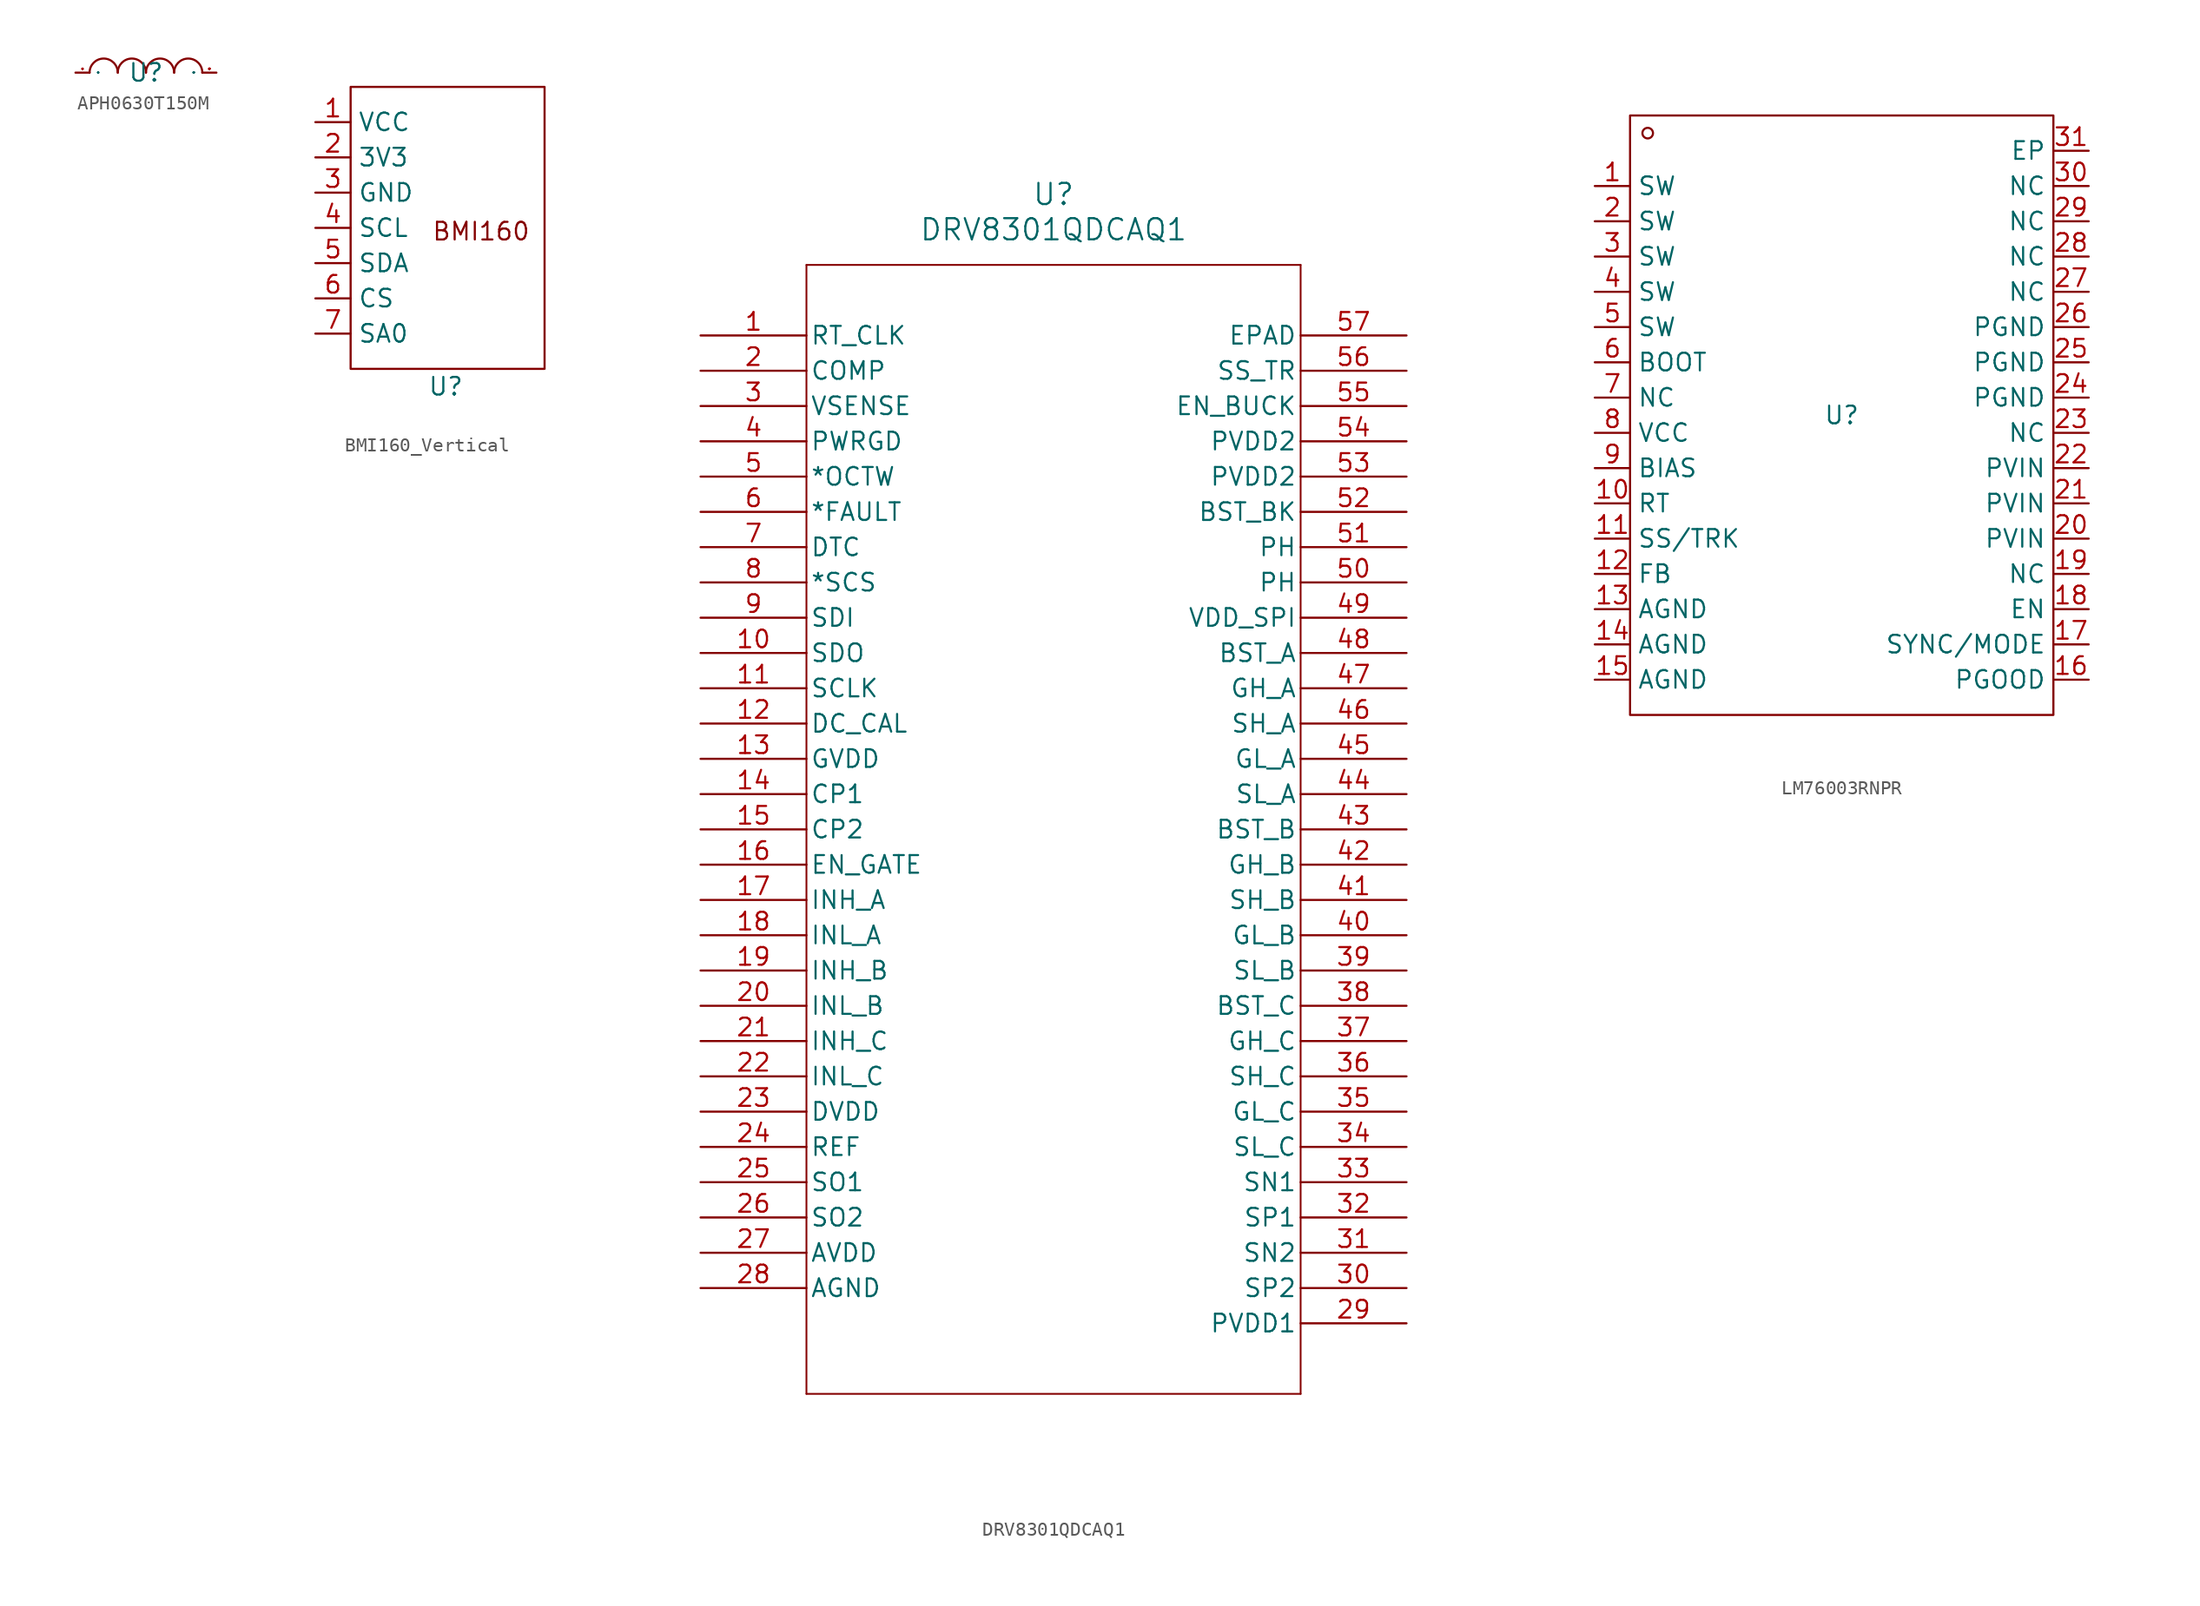
<source format=kicad_sym>
(kicad_symbol_lib
  (version 20241209)
  (generator "kicad_symbol_editor")
  (generator_version "9.0")
  (symbol "APH0630T150M"
    (property "Reference" "U"
      (at 0 0 0)
      (effects (font (size 1.27 1.27))))
    (symbol "APH0630T150M_1_0"
      (arc (start -4.064 0) (mid -3.0226 1.016) (end -2.032 0) (stroke (width 0) (type default)) (fill (type none)))
      (arc (start -2.032 0) (mid -0.9906 1.016) (end 0 0) (stroke (width 0) (type default)) (fill (type none)))
      (arc (start 0 0) (mid 1.016 1.016) (end 2.032 0) (stroke (width 0) (type default)) (fill (type none)))
      (arc (start 2.032 0) (mid 3.048 1.016) (end 4.064 0) (stroke (width 0) (type default)) (fill (type none)))
      (pin passive line (at -5.08 0 0) (length 1.016) (name "1" (effects (font (size 0.025 0.025)))) (number "1" (effects (font (size 0.025 0.025)))))
      (pin free line (at 5.08 0 180) (length 1.016) (name "2" (effects (font (size 0.025 0.025)))) (number "2" (effects (font (size 0.025 0.025)))))))
  (symbol "BMI160_Vertical"
    (property "Reference" "U"
      (at 4.318 -2.54 0)
      (effects (font (size 1.27 1.27))))
    (property "Value" ""
      (at 0 0 0)
      (effects (font (size 1.27 1.27))))
    (symbol "BMI160_Vertical_0_1"
      (rectangle (start -2.54 19.05) (end 11.43 -1.27) (stroke (width 0) (type default)) (fill (type none))))
    (symbol "BMI160_Vertical_1_1"
      (text "BMI160" (at 6.858 8.636 0) (effects (font (size 1.27 1.27))))
      (pin power_in line (at -5.08 16.51 0) (length 2.54) (name "VCC" (effects (font (size 1.27 1.27)))) (number "1" (effects (font (size 1.27 1.27)))))
      (pin power_out line (at -5.08 13.97 0) (length 2.54) (name "3V3" (effects (font (size 1.27 1.27)))) (number "2" (effects (font (size 1.27 1.27)))))
      (pin power_in line (at -5.08 11.43 0) (length 2.54) (name "GND" (effects (font (size 1.27 1.27)))) (number "3" (effects (font (size 1.27 1.27)))))
      (pin input line (at -5.08 8.89 0) (length 2.54) (name "SCL" (effects (font (size 1.27 1.27)))) (number "4" (effects (font (size 1.27 1.27)))))
      (pin input line (at -5.08 6.35 0) (length 2.54) (name "SDA" (effects (font (size 1.27 1.27)))) (number "5" (effects (font (size 1.27 1.27)))))
      (pin input line (at -5.08 3.81 0) (length 2.54) (name "CS" (effects (font (size 1.27 1.27)))) (number "6" (effects (font (size 1.27 1.27)))))
      (pin power_in line (at -5.08 1.27 0) (length 2.54) (name "SA0" (effects (font (size 1.27 1.27)))) (number "7" (effects (font (size 1.27 1.27)))))))
  (symbol "DRV8301QDCAQ1"
    (pin_names
      (offset 0.254))
    (property "Reference" "U"
      (at 25.4 10.16 0)
      (effects (font (size 1.524 1.524))))
    (property "Value" "DRV8301QDCAQ1"
      (at 25.4 7.62 0)
      (effects (font (size 1.524 1.524))))
    (symbol "DRV8301QDCAQ1_0_1"
      (polyline (pts (xy 7.62 5.08) (xy 7.62 -76.2)) (stroke (width 0.127) (type default)) (fill (type none)))
      (polyline (pts (xy 7.62 -76.2) (xy 43.18 -76.2)) (stroke (width 0.127) (type default)) (fill (type none)))
      (polyline (pts (xy 43.18 5.08) (xy 7.62 5.08)) (stroke (width 0.127) (type default)) (fill (type none)))
      (polyline (pts (xy 43.18 -76.2) (xy 43.18 5.08)) (stroke (width 0.127) (type default)) (fill (type none)))
      (pin input line (at 0 0 0) (length 7.62) (name "RT_CLK" (effects (font (size 1.27 1.27)))) (number "1" (effects (font (size 1.27 1.27)))))
      (pin output line (at 0 -2.54 0) (length 7.62) (name "COMP" (effects (font (size 1.27 1.27)))) (number "2" (effects (font (size 1.27 1.27)))))
      (pin input line (at 0 -5.08 0) (length 7.62) (name "VSENSE" (effects (font (size 1.27 1.27)))) (number "3" (effects (font (size 1.27 1.27)))))
      (pin input line (at 0 -7.62 0) (length 7.62) (name "PWRGD" (effects (font (size 1.27 1.27)))) (number "4" (effects (font (size 1.27 1.27)))))
      (pin output line (at 0 -10.16 0) (length 7.62) (name "*OCTW" (effects (font (size 1.27 1.27)))) (number "5" (effects (font (size 1.27 1.27)))))
      (pin output line (at 0 -12.7 0) (length 7.62) (name "*FAULT" (effects (font (size 1.27 1.27)))) (number "6" (effects (font (size 1.27 1.27)))))
      (pin input line (at 0 -15.24 0) (length 7.62) (name "DTC" (effects (font (size 1.27 1.27)))) (number "7" (effects (font (size 1.27 1.27)))))
      (pin input line (at 0 -17.78 0) (length 7.62) (name "*SCS" (effects (font (size 1.27 1.27)))) (number "8" (effects (font (size 1.27 1.27)))))
      (pin input line (at 0 -20.32 0) (length 7.62) (name "SDI" (effects (font (size 1.27 1.27)))) (number "9" (effects (font (size 1.27 1.27)))))
      (pin output line (at 0 -22.86 0) (length 7.62) (name "SDO" (effects (font (size 1.27 1.27)))) (number "10" (effects (font (size 1.27 1.27)))))
      (pin input line (at 0 -25.4 0) (length 7.62) (name "SCLK" (effects (font (size 1.27 1.27)))) (number "11" (effects (font (size 1.27 1.27)))))
      (pin input line (at 0 -27.94 0) (length 7.62) (name "DC_CAL" (effects (font (size 1.27 1.27)))) (number "12" (effects (font (size 1.27 1.27)))))
      (pin power_out line (at 0 -30.48 0) (length 7.62) (name "GVDD" (effects (font (size 1.27 1.27)))) (number "13" (effects (font (size 1.27 1.27)))))
      (pin input line (at 0 -38.1 0) (length 7.62) (name "EN_GATE" (effects (font (size 1.27 1.27)))) (number "16" (effects (font (size 1.27 1.27)))))
      (pin input line (at 0 -40.64 0) (length 7.62) (name "INH_A" (effects (font (size 1.27 1.27)))) (number "17" (effects (font (size 1.27 1.27)))))
      (pin input line (at 0 -43.18 0) (length 7.62) (name "INL_A" (effects (font (size 1.27 1.27)))) (number "18" (effects (font (size 1.27 1.27)))))
      (pin input line (at 0 -45.72 0) (length 7.62) (name "INH_B" (effects (font (size 1.27 1.27)))) (number "19" (effects (font (size 1.27 1.27)))))
      (pin input line (at 0 -48.26 0) (length 7.62) (name "INL_B" (effects (font (size 1.27 1.27)))) (number "20" (effects (font (size 1.27 1.27)))))
      (pin input line (at 0 -50.8 0) (length 7.62) (name "INH_C" (effects (font (size 1.27 1.27)))) (number "21" (effects (font (size 1.27 1.27)))))
      (pin input line (at 0 -53.34 0) (length 7.62) (name "INL_C" (effects (font (size 1.27 1.27)))) (number "22" (effects (font (size 1.27 1.27)))))
      (pin power_out line (at 0 -55.88 0) (length 7.62) (name "DVDD" (effects (font (size 1.27 1.27)))) (number "23" (effects (font (size 1.27 1.27)))))
      (pin input line (at 0 -58.42 0) (length 7.62) (name "REF" (effects (font (size 1.27 1.27)))) (number "24" (effects (font (size 1.27 1.27)))))
      (pin output line (at 0 -60.96 0) (length 7.62) (name "SO1" (effects (font (size 1.27 1.27)))) (number "25" (effects (font (size 1.27 1.27)))))
      (pin output line (at 0 -63.5 0) (length 7.62) (name "SO2" (effects (font (size 1.27 1.27)))) (number "26" (effects (font (size 1.27 1.27)))))
      (pin power_out line (at 0 -66.04 0) (length 7.62) (name "AVDD" (effects (font (size 1.27 1.27)))) (number "27" (effects (font (size 1.27 1.27)))))
      (pin power_in line (at 0 -68.58 0) (length 7.62) (name "AGND" (effects (font (size 1.27 1.27)))) (number "28" (effects (font (size 1.27 1.27)))))
      (pin input line (at 50.8 -2.54 180) (length 7.62) (name "SS_TR" (effects (font (size 1.27 1.27)))) (number "56" (effects (font (size 1.27 1.27)))))
      (pin input line (at 50.8 -5.08 180) (length 7.62) (name "EN_BUCK" (effects (font (size 1.27 1.27)))) (number "55" (effects (font (size 1.27 1.27)))))
      (pin power_in line (at 50.8 -7.62 180) (length 7.62) (name "PVDD2" (effects (font (size 1.27 1.27)))) (number "54" (effects (font (size 1.27 1.27)))))
      (pin power_in line (at 50.8 -10.16 180) (length 7.62) (name "PVDD2" (effects (font (size 1.27 1.27)))) (number "53" (effects (font (size 1.27 1.27)))))
      (pin input line (at 50.8 -20.32 180) (length 7.62) (name "VDD_SPI" (effects (font (size 1.27 1.27)))) (number "49" (effects (font (size 1.27 1.27)))))
      (pin output line (at 50.8 -25.4 180) (length 7.62) (name "GH_A" (effects (font (size 1.27 1.27)))) (number "47" (effects (font (size 1.27 1.27)))))
      (pin input line (at 50.8 -27.94 180) (length 7.62) (name "SH_A" (effects (font (size 1.27 1.27)))) (number "46" (effects (font (size 1.27 1.27)))))
      (pin output line (at 50.8 -30.48 180) (length 7.62) (name "GL_A" (effects (font (size 1.27 1.27)))) (number "45" (effects (font (size 1.27 1.27)))))
      (pin input line (at 50.8 -33.02 180) (length 7.62) (name "SL_A" (effects (font (size 1.27 1.27)))) (number "44" (effects (font (size 1.27 1.27)))))
      (pin output line (at 50.8 -38.1 180) (length 7.62) (name "GH_B" (effects (font (size 1.27 1.27)))) (number "42" (effects (font (size 1.27 1.27)))))
      (pin input line (at 50.8 -40.64 180) (length 7.62) (name "SH_B" (effects (font (size 1.27 1.27)))) (number "41" (effects (font (size 1.27 1.27)))))
      (pin output line (at 50.8 -43.18 180) (length 7.62) (name "GL_B" (effects (font (size 1.27 1.27)))) (number "40" (effects (font (size 1.27 1.27)))))
      (pin input line (at 50.8 -45.72 180) (length 7.62) (name "SL_B" (effects (font (size 1.27 1.27)))) (number "39" (effects (font (size 1.27 1.27)))))
      (pin output line (at 50.8 -50.8 180) (length 7.62) (name "GH_C" (effects (font (size 1.27 1.27)))) (number "37" (effects (font (size 1.27 1.27)))))
      (pin input line (at 50.8 -53.34 180) (length 7.62) (name "SH_C" (effects (font (size 1.27 1.27)))) (number "36" (effects (font (size 1.27 1.27)))))
      (pin output line (at 50.8 -55.88 180) (length 7.62) (name "GL_C" (effects (font (size 1.27 1.27)))) (number "35" (effects (font (size 1.27 1.27)))))
      (pin input line (at 50.8 -58.42 180) (length 7.62) (name "SL_C" (effects (font (size 1.27 1.27)))) (number "34" (effects (font (size 1.27 1.27)))))
      (pin input line (at 50.8 -60.96 180) (length 7.62) (name "SN1" (effects (font (size 1.27 1.27)))) (number "33" (effects (font (size 1.27 1.27)))))
      (pin input line (at 50.8 -63.5 180) (length 7.62) (name "SP1" (effects (font (size 1.27 1.27)))) (number "32" (effects (font (size 1.27 1.27)))))
      (pin input line (at 50.8 -66.04 180) (length 7.62) (name "SN2" (effects (font (size 1.27 1.27)))) (number "31" (effects (font (size 1.27 1.27)))))
      (pin input line (at 50.8 -68.58 180) (length 7.62) (name "SP2" (effects (font (size 1.27 1.27)))) (number "30" (effects (font (size 1.27 1.27))))))
    (symbol "DRV8301QDCAQ1_1_1"
      (pin output line (at 0 -33.02 0) (length 7.62) (name "CP1" (effects (font (size 1.27 1.27)))) (number "14" (effects (font (size 1.27 1.27)))))
      (pin output line (at 0 -35.56 0) (length 7.62) (name "CP2" (effects (font (size 1.27 1.27)))) (number "15" (effects (font (size 1.27 1.27)))))
      (pin power_in line (at 50.8 0 180) (length 7.62) (name "EPAD" (effects (font (size 1.27 1.27)))) (number "57" (effects (font (size 1.27 1.27)))))
      (pin power_out line (at 50.8 -12.7 180) (length 7.62) (name "BST_BK" (effects (font (size 1.27 1.27)))) (number "52" (effects (font (size 1.27 1.27)))))
      (pin power_out line (at 50.8 -15.24 180) (length 7.62) (name "PH" (effects (font (size 1.27 1.27)))) (number "51" (effects (font (size 1.27 1.27)))))
      (pin power_out line (at 50.8 -17.78 180) (length 7.62) (name "PH" (effects (font (size 1.27 1.27)))) (number "50" (effects (font (size 1.27 1.27)))))
      (pin power_out line (at 50.8 -22.86 180) (length 7.62) (name "BST_A" (effects (font (size 1.27 1.27)))) (number "48" (effects (font (size 1.27 1.27)))))
      (pin power_out line (at 50.8 -35.56 180) (length 7.62) (name "BST_B" (effects (font (size 1.27 1.27)))) (number "43" (effects (font (size 1.27 1.27)))))
      (pin power_out line (at 50.8 -48.26 180) (length 7.62) (name "BST_C" (effects (font (size 1.27 1.27)))) (number "38" (effects (font (size 1.27 1.27)))))
      (pin power_in line (at 50.8 -71.12 180) (length 7.62) (name "PVDD1" (effects (font (size 1.27 1.27)))) (number "29" (effects (font (size 1.27 1.27)))))))
  (symbol "LM76003RNPR"
    (property "Reference" "U"
      (at 0 0 0)
      (effects (font (size 1.27 1.27))))
    (property "Value" ""
      (at 0 0 0)
      (effects (font (size 1.27 1.27))))
    (symbol "LM76003RNPR_1_0"
      (rectangle (start -15.24 -21.59) (end 15.24 21.59) (stroke (width 0) (type default)) (fill (type none)))
      (circle (center -13.97 20.32) (radius 0.381) (stroke (width 0) (type default)) (fill (type none)))
      (pin unspecified line (at -17.78 16.51 0) (length 2.54) (name "SW" (effects (font (size 1.27 1.27)))) (number "1" (effects (font (size 1.27 1.27)))))
      (pin unspecified line (at -17.78 13.97 0) (length 2.54) (name "SW" (effects (font (size 1.27 1.27)))) (number "2" (effects (font (size 1.27 1.27)))))
      (pin unspecified line (at -17.78 11.43 0) (length 2.54) (name "SW" (effects (font (size 1.27 1.27)))) (number "3" (effects (font (size 1.27 1.27)))))
      (pin unspecified line (at -17.78 8.89 0) (length 2.54) (name "SW" (effects (font (size 1.27 1.27)))) (number "4" (effects (font (size 1.27 1.27)))))
      (pin unspecified line (at -17.78 6.35 0) (length 2.54) (name "SW" (effects (font (size 1.27 1.27)))) (number "5" (effects (font (size 1.27 1.27)))))
      (pin unspecified line (at -17.78 3.81 0) (length 2.54) (name "BOOT" (effects (font (size 1.27 1.27)))) (number "6" (effects (font (size 1.27 1.27)))))
      (pin unspecified line (at -17.78 1.27 0) (length 2.54) (name "NC" (effects (font (size 1.27 1.27)))) (number "7" (effects (font (size 1.27 1.27)))))
      (pin unspecified line (at -17.78 -1.27 0) (length 2.54) (name "VCC" (effects (font (size 1.27 1.27)))) (number "8" (effects (font (size 1.27 1.27)))))
      (pin unspecified line (at -17.78 -3.81 0) (length 2.54) (name "BIAS" (effects (font (size 1.27 1.27)))) (number "9" (effects (font (size 1.27 1.27)))))
      (pin unspecified line (at -17.78 -6.35 0) (length 2.54) (name "RT" (effects (font (size 1.27 1.27)))) (number "10" (effects (font (size 1.27 1.27)))))
      (pin unspecified line (at -17.78 -8.89 0) (length 2.54) (name "SS/TRK" (effects (font (size 1.27 1.27)))) (number "11" (effects (font (size 1.27 1.27)))))
      (pin unspecified line (at -17.78 -11.43 0) (length 2.54) (name "FB" (effects (font (size 1.27 1.27)))) (number "12" (effects (font (size 1.27 1.27)))))
      (pin unspecified line (at -17.78 -13.97 0) (length 2.54) (name "AGND" (effects (font (size 1.27 1.27)))) (number "13" (effects (font (size 1.27 1.27)))))
      (pin unspecified line (at -17.78 -16.51 0) (length 2.54) (name "AGND" (effects (font (size 1.27 1.27)))) (number "14" (effects (font (size 1.27 1.27)))))
      (pin unspecified line (at -17.78 -19.05 0) (length 2.54) (name "AGND" (effects (font (size 1.27 1.27)))) (number "15" (effects (font (size 1.27 1.27)))))
      (pin unspecified line (at 17.78 19.05 180) (length 2.54) (name "EP" (effects (font (size 1.27 1.27)))) (number "31" (effects (font (size 1.27 1.27)))))
      (pin unspecified line (at 17.78 16.51 180) (length 2.54) (name "NC" (effects (font (size 1.27 1.27)))) (number "30" (effects (font (size 1.27 1.27)))))
      (pin unspecified line (at 17.78 13.97 180) (length 2.54) (name "NC" (effects (font (size 1.27 1.27)))) (number "29" (effects (font (size 1.27 1.27)))))
      (pin unspecified line (at 17.78 11.43 180) (length 2.54) (name "NC" (effects (font (size 1.27 1.27)))) (number "28" (effects (font (size 1.27 1.27)))))
      (pin unspecified line (at 17.78 8.89 180) (length 2.54) (name "NC" (effects (font (size 1.27 1.27)))) (number "27" (effects (font (size 1.27 1.27)))))
      (pin unspecified line (at 17.78 6.35 180) (length 2.54) (name "PGND" (effects (font (size 1.27 1.27)))) (number "26" (effects (font (size 1.27 1.27)))))
      (pin unspecified line (at 17.78 3.81 180) (length 2.54) (name "PGND" (effects (font (size 1.27 1.27)))) (number "25" (effects (font (size 1.27 1.27)))))
      (pin unspecified line (at 17.78 1.27 180) (length 2.54) (name "PGND" (effects (font (size 1.27 1.27)))) (number "24" (effects (font (size 1.27 1.27)))))
      (pin unspecified line (at 17.78 -1.27 180) (length 2.54) (name "NC" (effects (font (size 1.27 1.27)))) (number "23" (effects (font (size 1.27 1.27)))))
      (pin unspecified line (at 17.78 -3.81 180) (length 2.54) (name "PVIN" (effects (font (size 1.27 1.27)))) (number "22" (effects (font (size 1.27 1.27)))))
      (pin unspecified line (at 17.78 -6.35 180) (length 2.54) (name "PVIN" (effects (font (size 1.27 1.27)))) (number "21" (effects (font (size 1.27 1.27)))))
      (pin unspecified line (at 17.78 -8.89 180) (length 2.54) (name "PVIN" (effects (font (size 1.27 1.27)))) (number "20" (effects (font (size 1.27 1.27)))))
      (pin unspecified line (at 17.78 -11.43 180) (length 2.54) (name "NC" (effects (font (size 1.27 1.27)))) (number "19" (effects (font (size 1.27 1.27)))))
      (pin unspecified line (at 17.78 -13.97 180) (length 2.54) (name "EN" (effects (font (size 1.27 1.27)))) (number "18" (effects (font (size 1.27 1.27)))))
      (pin unspecified line (at 17.78 -16.51 180) (length 2.54) (name "SYNC/MODE" (effects (font (size 1.27 1.27)))) (number "17" (effects (font (size 1.27 1.27)))))
      (pin unspecified line (at 17.78 -19.05 180) (length 2.54) (name "PGOOD" (effects (font (size 1.27 1.27)))) (number "16" (effects (font (size 1.27 1.27))))))))
</source>
